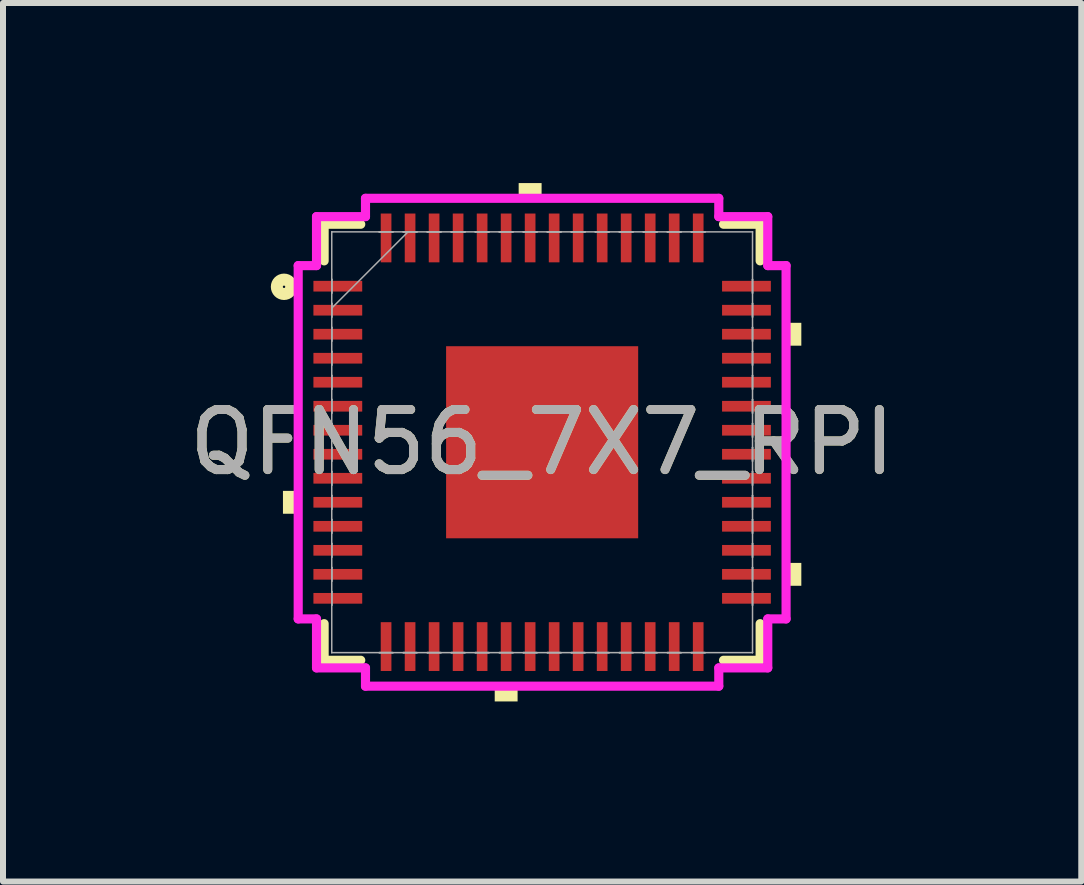
<source format=kicad_pcb>
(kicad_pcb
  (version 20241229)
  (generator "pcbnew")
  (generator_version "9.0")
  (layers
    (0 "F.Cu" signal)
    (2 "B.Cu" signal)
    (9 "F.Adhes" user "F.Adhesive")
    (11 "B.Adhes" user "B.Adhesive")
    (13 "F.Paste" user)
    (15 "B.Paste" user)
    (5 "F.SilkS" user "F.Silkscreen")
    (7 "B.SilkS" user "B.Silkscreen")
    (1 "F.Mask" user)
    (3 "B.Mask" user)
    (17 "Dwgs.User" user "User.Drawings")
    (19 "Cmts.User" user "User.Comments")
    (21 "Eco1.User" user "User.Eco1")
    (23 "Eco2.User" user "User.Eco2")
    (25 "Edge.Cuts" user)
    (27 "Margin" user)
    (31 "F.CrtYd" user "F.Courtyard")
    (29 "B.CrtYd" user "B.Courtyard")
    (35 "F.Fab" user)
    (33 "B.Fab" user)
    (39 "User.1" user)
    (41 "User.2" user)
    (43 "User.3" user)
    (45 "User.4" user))
  (footprint "QFN56_7X7_RPI"
    (layer "F.Cu")
    (at 5.982 4.318)
    (property "Reference" "QFN56_7X7_RPI" (at 0 0 0) (unlocked yes) (layer "F.SilkS") (effects (font (size 1 1) (thickness 0.15))))
    (attr smd)
    (fp_line (start -3.632 -3.632) (end -3.632 -3.022) (stroke (width 0.152) (type solid)) (layer "F.SilkS"))
    (fp_line (start -3.632 3.022) (end -3.632 3.632) (stroke (width 0.152) (type solid)) (layer "F.SilkS"))
    (fp_line (start -3.632 3.632) (end -3.022 3.632) (stroke (width 0.152) (type solid)) (layer "F.SilkS"))
    (fp_line (start -3.022 -3.632) (end -3.632 -3.632) (stroke (width 0.152) (type solid)) (layer "F.SilkS"))
    (fp_line (start 3.022 3.632) (end 3.632 3.632) (stroke (width 0.152) (type solid)) (layer "F.SilkS"))
    (fp_line (start 3.632 -3.632) (end 3.022 -3.632) (stroke (width 0.152) (type solid)) (layer "F.SilkS"))
    (fp_line (start 3.632 -3.022) (end 3.632 -3.632) (stroke (width 0.152) (type solid)) (layer "F.SilkS"))
    (fp_line (start 3.632 3.632) (end 3.632 3.022) (stroke (width 0.152) (type solid)) (layer "F.SilkS"))
    (fp_circle (center -4.3 -2.59) (end -4.18 -2.59) (stroke (width 0.2) (type solid)) (fill no) (layer "F.SilkS"))
    (fp_poly (pts (xy -4.318 0.81) (xy -4.318 1.191) (xy -4.064 1.191) (xy -4.064 0.81)) (stroke (width 0) (type solid)) (fill yes) (layer "F.SilkS"))
    (fp_poly (pts (xy -0.79 4.064) (xy -0.79 4.318) (xy -0.409 4.318) (xy -0.409 4.064)) (stroke (width 0) (type solid)) (fill yes) (layer "F.SilkS"))
    (fp_poly (pts (xy -0.391 -4.064) (xy -0.391 -4.318) (xy -0.009 -4.318) (xy -0.009 -4.064)) (stroke (width 0) (type solid)) (fill yes) (layer "F.SilkS"))
    (fp_poly (pts (xy 4.318 -1.99) (xy 4.318 -1.609) (xy 4.064 -1.609) (xy 4.064 -1.99)) (stroke (width 0) (type solid)) (fill yes) (layer "F.SilkS"))
    (fp_poly (pts (xy 4.318 2.01) (xy 4.318 2.391) (xy 4.064 2.391) (xy 4.064 2.01)) (stroke (width 0) (type solid)) (fill yes) (layer "F.SilkS"))
    (fp_poly (pts (xy -1.5 -1.5) (xy -1.5 -0.1) (xy -0.1 -0.1) (xy -0.1 -1.5)) (stroke (width 0) (type solid)) (fill yes) (layer "F.Paste"))
    (fp_poly (pts (xy -1.5 0.1) (xy -1.5 1.5) (xy -0.1 1.5) (xy -0.1 0.1)) (stroke (width 0) (type solid)) (fill yes) (layer "F.Paste"))
    (fp_poly (pts (xy 0.1 -1.5) (xy 0.1 -0.1) (xy 1.5 -0.1) (xy 1.5 -1.5)) (stroke (width 0) (type solid)) (fill yes) (layer "F.Paste"))
    (fp_poly (pts (xy 0.1 0.1) (xy 0.1 1.5) (xy 1.5 1.5) (xy 1.5 0.1)) (stroke (width 0) (type solid)) (fill yes) (layer "F.Paste"))
    (fp_line (start -4.064 -2.943) (end -3.759 -2.943) (stroke (width 0.152) (type solid)) (layer "F.CrtYd"))
    (fp_line (start -4.064 2.943) (end -4.064 -2.943) (stroke (width 0.152) (type solid)) (layer "F.CrtYd"))
    (fp_line (start -3.759 -3.759) (end -2.943 -3.759) (stroke (width 0.152) (type solid)) (layer "F.CrtYd"))
    (fp_line (start -3.759 -2.943) (end -3.759 -3.759) (stroke (width 0.152) (type solid)) (layer "F.CrtYd"))
    (fp_line (start -3.759 2.943) (end -4.064 2.943) (stroke (width 0.152) (type solid)) (layer "F.CrtYd"))
    (fp_line (start -3.759 3.759) (end -3.759 2.943) (stroke (width 0.152) (type solid)) (layer "F.CrtYd"))
    (fp_line (start -2.943 -4.064) (end 2.943 -4.064) (stroke (width 0.152) (type solid)) (layer "F.CrtYd"))
    (fp_line (start -2.943 -3.759) (end -2.943 -4.064) (stroke (width 0.152) (type solid)) (layer "F.CrtYd"))
    (fp_line (start -2.943 3.759) (end -3.759 3.759) (stroke (width 0.152) (type solid)) (layer "F.CrtYd"))
    (fp_line (start -2.943 4.064) (end -2.943 3.759) (stroke (width 0.152) (type solid)) (layer "F.CrtYd"))
    (fp_line (start 2.943 -4.064) (end 2.943 -3.759) (stroke (width 0.152) (type solid)) (layer "F.CrtYd"))
    (fp_line (start 2.943 -3.759) (end 3.759 -3.759) (stroke (width 0.152) (type solid)) (layer "F.CrtYd"))
    (fp_line (start 2.943 3.759) (end 2.943 4.064) (stroke (width 0.152) (type solid)) (layer "F.CrtYd"))
    (fp_line (start 2.943 4.064) (end -2.943 4.064) (stroke (width 0.152) (type solid)) (layer "F.CrtYd"))
    (fp_line (start 3.759 -3.759) (end 3.759 -2.943) (stroke (width 0.152) (type solid)) (layer "F.CrtYd"))
    (fp_line (start 3.759 -2.943) (end 4.064 -2.943) (stroke (width 0.152) (type solid)) (layer "F.CrtYd"))
    (fp_line (start 3.759 2.943) (end 3.759 3.759) (stroke (width 0.152) (type solid)) (layer "F.CrtYd"))
    (fp_line (start 3.759 3.759) (end 2.943 3.759) (stroke (width 0.152) (type solid)) (layer "F.CrtYd"))
    (fp_line (start 4.064 -2.943) (end 4.064 2.943) (stroke (width 0.152) (type solid)) (layer "F.CrtYd"))
    (fp_line (start 4.064 2.943) (end 3.759 2.943) (stroke (width 0.152) (type solid)) (layer "F.CrtYd"))
    (fp_line (start -3.505 -3.505) (end -3.505 -3.505) (stroke (width 0.025) (type solid)) (layer "F.Fab"))
    (fp_line (start -3.505 -3.505) (end -3.505 3.505) (stroke (width 0.025) (type solid)) (layer "F.Fab"))
    (fp_line (start -3.505 -2.714) (end -3.505 -2.714) (stroke (width 0.025) (type solid)) (layer "F.Fab"))
    (fp_line (start -3.505 -2.714) (end -3.505 -2.486) (stroke (width 0.025) (type solid)) (layer "F.Fab"))
    (fp_line (start -3.505 -2.486) (end -3.505 -2.714) (stroke (width 0.025) (type solid)) (layer "F.Fab"))
    (fp_line (start -3.505 -2.486) (end -3.505 -2.486) (stroke (width 0.025) (type solid)) (layer "F.Fab"))
    (fp_line (start -3.505 -2.314) (end -3.505 -2.314) (stroke (width 0.025) (type solid)) (layer "F.Fab"))
    (fp_line (start -3.505 -2.314) (end -3.505 -2.086) (stroke (width 0.025) (type solid)) (layer "F.Fab"))
    (fp_line (start -3.505 -2.235) (end -2.235 -3.505) (stroke (width 0.025) (type solid)) (layer "F.Fab"))
    (fp_line (start -3.505 -2.086) (end -3.505 -2.314) (stroke (width 0.025) (type solid)) (layer "F.Fab"))
    (fp_line (start -3.505 -2.086) (end -3.505 -2.086) (stroke (width 0.025) (type solid)) (layer "F.Fab"))
    (fp_line (start -3.505 -1.914) (end -3.505 -1.914) (stroke (width 0.025) (type solid)) (layer "F.Fab"))
    (fp_line (start -3.505 -1.914) (end -3.505 -1.686) (stroke (width 0.025) (type solid)) (layer "F.Fab"))
    (fp_line (start -3.505 -1.686) (end -3.505 -1.914) (stroke (width 0.025) (type solid)) (layer "F.Fab"))
    (fp_line (start -3.505 -1.686) (end -3.505 -1.686) (stroke (width 0.025) (type solid)) (layer "F.Fab"))
    (fp_line (start -3.505 -1.514) (end -3.505 -1.514) (stroke (width 0.025) (type solid)) (layer "F.Fab"))
    (fp_line (start -3.505 -1.514) (end -3.505 -1.286) (stroke (width 0.025) (type solid)) (layer "F.Fab"))
    (fp_line (start -3.505 -1.286) (end -3.505 -1.514) (stroke (width 0.025) (type solid)) (layer "F.Fab"))
    (fp_line (start -3.505 -1.286) (end -3.505 -1.286) (stroke (width 0.025) (type solid)) (layer "F.Fab"))
    (fp_line (start -3.505 -1.114) (end -3.505 -1.114) (stroke (width 0.025) (type solid)) (layer "F.Fab"))
    (fp_line (start -3.505 -1.114) (end -3.505 -0.886) (stroke (width 0.025) (type solid)) (layer "F.Fab"))
    (fp_line (start -3.505 -0.886) (end -3.505 -1.114) (stroke (width 0.025) (type solid)) (layer "F.Fab"))
    (fp_line (start -3.505 -0.886) (end -3.505 -0.886) (stroke (width 0.025) (type solid)) (layer "F.Fab"))
    (fp_line (start -3.505 -0.714) (end -3.505 -0.714) (stroke (width 0.025) (type solid)) (layer "F.Fab"))
    (fp_line (start -3.505 -0.714) (end -3.505 -0.486) (stroke (width 0.025) (type solid)) (layer "F.Fab"))
    (fp_line (start -3.505 -0.486) (end -3.505 -0.714) (stroke (width 0.025) (type solid)) (layer "F.Fab"))
    (fp_line (start -3.505 -0.486) (end -3.505 -0.486) (stroke (width 0.025) (type solid)) (layer "F.Fab"))
    (fp_line (start -3.505 -0.314) (end -3.505 -0.314) (stroke (width 0.025) (type solid)) (layer "F.Fab"))
    (fp_line (start -3.505 -0.314) (end -3.505 -0.086) (stroke (width 0.025) (type solid)) (layer "F.Fab"))
    (fp_line (start -3.505 -0.086) (end -3.505 -0.314) (stroke (width 0.025) (type solid)) (layer "F.Fab"))
    (fp_line (start -3.505 -0.086) (end -3.505 -0.086) (stroke (width 0.025) (type solid)) (layer "F.Fab"))
    (fp_line (start -3.505 0.086) (end -3.505 0.086) (stroke (width 0.025) (type solid)) (layer "F.Fab"))
    (fp_line (start -3.505 0.086) (end -3.505 0.314) (stroke (width 0.025) (type solid)) (layer "F.Fab"))
    (fp_line (start -3.505 0.314) (end -3.505 0.086) (stroke (width 0.025) (type solid)) (layer "F.Fab"))
    (fp_line (start -3.505 0.314) (end -3.505 0.314) (stroke (width 0.025) (type solid)) (layer "F.Fab"))
    (fp_line (start -3.505 0.486) (end -3.505 0.486) (stroke (width 0.025) (type solid)) (layer "F.Fab"))
    (fp_line (start -3.505 0.486) (end -3.505 0.714) (stroke (width 0.025) (type solid)) (layer "F.Fab"))
    (fp_line (start -3.505 0.714) (end -3.505 0.486) (stroke (width 0.025) (type solid)) (layer "F.Fab"))
    (fp_line (start -3.505 0.714) (end -3.505 0.714) (stroke (width 0.025) (type solid)) (layer "F.Fab"))
    (fp_line (start -3.505 0.886) (end -3.505 0.886) (stroke (width 0.025) (type solid)) (layer "F.Fab"))
    (fp_line (start -3.505 0.886) (end -3.505 1.114) (stroke (width 0.025) (type solid)) (layer "F.Fab"))
    (fp_line (start -3.505 1.114) (end -3.505 0.886) (stroke (width 0.025) (type solid)) (layer "F.Fab"))
    (fp_line (start -3.505 1.114) (end -3.505 1.114) (stroke (width 0.025) (type solid)) (layer "F.Fab"))
    (fp_line (start -3.505 1.286) (end -3.505 1.286) (stroke (width 0.025) (type solid)) (layer "F.Fab"))
    (fp_line (start -3.505 1.286) (end -3.505 1.514) (stroke (width 0.025) (type solid)) (layer "F.Fab"))
    (fp_line (start -3.505 1.514) (end -3.505 1.286) (stroke (width 0.025) (type solid)) (layer "F.Fab"))
    (fp_line (start -3.505 1.514) (end -3.505 1.514) (stroke (width 0.025) (type solid)) (layer "F.Fab"))
    (fp_line (start -3.505 1.686) (end -3.505 1.686) (stroke (width 0.025) (type solid)) (layer "F.Fab"))
    (fp_line (start -3.505 1.686) (end -3.505 1.914) (stroke (width 0.025) (type solid)) (layer "F.Fab"))
    (fp_line (start -3.505 1.914) (end -3.505 1.686) (stroke (width 0.025) (type solid)) (layer "F.Fab"))
    (fp_line (start -3.505 1.914) (end -3.505 1.914) (stroke (width 0.025) (type solid)) (layer "F.Fab"))
    (fp_line (start -3.505 2.086) (end -3.505 2.086) (stroke (width 0.025) (type solid)) (layer "F.Fab"))
    (fp_line (start -3.505 2.086) (end -3.505 2.314) (stroke (width 0.025) (type solid)) (layer "F.Fab"))
    (fp_line (start -3.505 2.314) (end -3.505 2.086) (stroke (width 0.025) (type solid)) (layer "F.Fab"))
    (fp_line (start -3.505 2.314) (end -3.505 2.314) (stroke (width 0.025) (type solid)) (layer "F.Fab"))
    (fp_line (start -3.505 2.486) (end -3.505 2.486) (stroke (width 0.025) (type solid)) (layer "F.Fab"))
    (fp_line (start -3.505 2.486) (end -3.505 2.714) (stroke (width 0.025) (type solid)) (layer "F.Fab"))
    (fp_line (start -3.505 2.714) (end -3.505 2.486) (stroke (width 0.025) (type solid)) (layer "F.Fab"))
    (fp_line (start -3.505 2.714) (end -3.505 2.714) (stroke (width 0.025) (type solid)) (layer "F.Fab"))
    (fp_line (start -3.505 3.505) (end -3.505 3.505) (stroke (width 0.025) (type solid)) (layer "F.Fab"))
    (fp_line (start -3.505 3.505) (end 3.505 3.505) (stroke (width 0.025) (type solid)) (layer "F.Fab"))
    (fp_line (start -2.714 -3.505) (end -2.714 -3.505) (stroke (width 0.025) (type solid)) (layer "F.Fab"))
    (fp_line (start -2.714 -3.505) (end -2.486 -3.505) (stroke (width 0.025) (type solid)) (layer "F.Fab"))
    (fp_line (start -2.714 3.505) (end -2.714 3.505) (stroke (width 0.025) (type solid)) (layer "F.Fab"))
    (fp_line (start -2.714 3.505) (end -2.486 3.505) (stroke (width 0.025) (type solid)) (layer "F.Fab"))
    (fp_line (start -2.486 -3.505) (end -2.714 -3.505) (stroke (width 0.025) (type solid)) (layer "F.Fab"))
    (fp_line (start -2.486 -3.505) (end -2.486 -3.505) (stroke (width 0.025) (type solid)) (layer "F.Fab"))
    (fp_line (start -2.486 3.505) (end -2.714 3.505) (stroke (width 0.025) (type solid)) (layer "F.Fab"))
    (fp_line (start -2.486 3.505) (end -2.486 3.505) (stroke (width 0.025) (type solid)) (layer "F.Fab"))
    (fp_line (start -2.314 -3.505) (end -2.314 -3.505) (stroke (width 0.025) (type solid)) (layer "F.Fab"))
    (fp_line (start -2.314 -3.505) (end -2.086 -3.505) (stroke (width 0.025) (type solid)) (layer "F.Fab"))
    (fp_line (start -2.314 3.505) (end -2.314 3.505) (stroke (width 0.025) (type solid)) (layer "F.Fab"))
    (fp_line (start -2.314 3.505) (end -2.086 3.505) (stroke (width 0.025) (type solid)) (layer "F.Fab"))
    (fp_line (start -2.086 -3.505) (end -2.314 -3.505) (stroke (width 0.025) (type solid)) (layer "F.Fab"))
    (fp_line (start -2.086 -3.505) (end -2.086 -3.505) (stroke (width 0.025) (type solid)) (layer "F.Fab"))
    (fp_line (start -2.086 3.505) (end -2.314 3.505) (stroke (width 0.025) (type solid)) (layer "F.Fab"))
    (fp_line (start -2.086 3.505) (end -2.086 3.505) (stroke (width 0.025) (type solid)) (layer "F.Fab"))
    (fp_line (start -1.914 -3.505) (end -1.914 -3.505) (stroke (width 0.025) (type solid)) (layer "F.Fab"))
    (fp_line (start -1.914 -3.505) (end -1.686 -3.505) (stroke (width 0.025) (type solid)) (layer "F.Fab"))
    (fp_line (start -1.914 3.505) (end -1.914 3.505) (stroke (width 0.025) (type solid)) (layer "F.Fab"))
    (fp_line (start -1.914 3.505) (end -1.686 3.505) (stroke (width 0.025) (type solid)) (layer "F.Fab"))
    (fp_line (start -1.686 -3.505) (end -1.914 -3.505) (stroke (width 0.025) (type solid)) (layer "F.Fab"))
    (fp_line (start -1.686 -3.505) (end -1.686 -3.505) (stroke (width 0.025) (type solid)) (layer "F.Fab"))
    (fp_line (start -1.686 3.505) (end -1.914 3.505) (stroke (width 0.025) (type solid)) (layer "F.Fab"))
    (fp_line (start -1.686 3.505) (end -1.686 3.505) (stroke (width 0.025) (type solid)) (layer "F.Fab"))
    (fp_line (start -1.514 -3.505) (end -1.514 -3.505) (stroke (width 0.025) (type solid)) (layer "F.Fab"))
    (fp_line (start -1.514 -3.505) (end -1.286 -3.505) (stroke (width 0.025) (type solid)) (layer "F.Fab"))
    (fp_line (start -1.514 3.505) (end -1.514 3.505) (stroke (width 0.025) (type solid)) (layer "F.Fab"))
    (fp_line (start -1.514 3.505) (end -1.286 3.505) (stroke (width 0.025) (type solid)) (layer "F.Fab"))
    (fp_line (start -1.286 -3.505) (end -1.514 -3.505) (stroke (width 0.025) (type solid)) (layer "F.Fab"))
    (fp_line (start -1.286 -3.505) (end -1.286 -3.505) (stroke (width 0.025) (type solid)) (layer "F.Fab"))
    (fp_line (start -1.286 3.505) (end -1.514 3.505) (stroke (width 0.025) (type solid)) (layer "F.Fab"))
    (fp_line (start -1.286 3.505) (end -1.286 3.505) (stroke (width 0.025) (type solid)) (layer "F.Fab"))
    (fp_line (start -1.114 -3.505) (end -1.114 -3.505) (stroke (width 0.025) (type solid)) (layer "F.Fab"))
    (fp_line (start -1.114 -3.505) (end -0.886 -3.505) (stroke (width 0.025) (type solid)) (layer "F.Fab"))
    (fp_line (start -1.114 3.505) (end -1.114 3.505) (stroke (width 0.025) (type solid)) (layer "F.Fab"))
    (fp_line (start -1.114 3.505) (end -0.886 3.505) (stroke (width 0.025) (type solid)) (layer "F.Fab"))
    (fp_line (start -0.886 -3.505) (end -1.114 -3.505) (stroke (width 0.025) (type solid)) (layer "F.Fab"))
    (fp_line (start -0.886 -3.505) (end -0.886 -3.505) (stroke (width 0.025) (type solid)) (layer "F.Fab"))
    (fp_line (start -0.886 3.505) (end -1.114 3.505) (stroke (width 0.025) (type solid)) (layer "F.Fab"))
    (fp_line (start -0.886 3.505) (end -0.886 3.505) (stroke (width 0.025) (type solid)) (layer "F.Fab"))
    (fp_line (start -0.714 -3.505) (end -0.714 -3.505) (stroke (width 0.025) (type solid)) (layer "F.Fab"))
    (fp_line (start -0.714 -3.505) (end -0.486 -3.505) (stroke (width 0.025) (type solid)) (layer "F.Fab"))
    (fp_line (start -0.714 3.505) (end -0.714 3.505) (stroke (width 0.025) (type solid)) (layer "F.Fab"))
    (fp_line (start -0.714 3.505) (end -0.486 3.505) (stroke (width 0.025) (type solid)) (layer "F.Fab"))
    (fp_line (start -0.486 -3.505) (end -0.714 -3.505) (stroke (width 0.025) (type solid)) (layer "F.Fab"))
    (fp_line (start -0.486 -3.505) (end -0.486 -3.505) (stroke (width 0.025) (type solid)) (layer "F.Fab"))
    (fp_line (start -0.486 3.505) (end -0.714 3.505) (stroke (width 0.025) (type solid)) (layer "F.Fab"))
    (fp_line (start -0.486 3.505) (end -0.486 3.505) (stroke (width 0.025) (type solid)) (layer "F.Fab"))
    (fp_line (start -0.314 -3.505) (end -0.314 -3.505) (stroke (width 0.025) (type solid)) (layer "F.Fab"))
    (fp_line (start -0.314 -3.505) (end -0.086 -3.505) (stroke (width 0.025) (type solid)) (layer "F.Fab"))
    (fp_line (start -0.314 3.505) (end -0.314 3.505) (stroke (width 0.025) (type solid)) (layer "F.Fab"))
    (fp_line (start -0.314 3.505) (end -0.086 3.505) (stroke (width 0.025) (type solid)) (layer "F.Fab"))
    (fp_line (start -0.086 -3.505) (end -0.314 -3.505) (stroke (width 0.025) (type solid)) (layer "F.Fab"))
    (fp_line (start -0.086 -3.505) (end -0.086 -3.505) (stroke (width 0.025) (type solid)) (layer "F.Fab"))
    (fp_line (start -0.086 3.505) (end -0.314 3.505) (stroke (width 0.025) (type solid)) (layer "F.Fab"))
    (fp_line (start -0.086 3.505) (end -0.086 3.505) (stroke (width 0.025) (type solid)) (layer "F.Fab"))
    (fp_line (start 0.086 -3.505) (end 0.086 -3.505) (stroke (width 0.025) (type solid)) (layer "F.Fab"))
    (fp_line (start 0.086 -3.505) (end 0.314 -3.505) (stroke (width 0.025) (type solid)) (layer "F.Fab"))
    (fp_line (start 0.086 3.505) (end 0.086 3.505) (stroke (width 0.025) (type solid)) (layer "F.Fab"))
    (fp_line (start 0.086 3.505) (end 0.314 3.505) (stroke (width 0.025) (type solid)) (layer "F.Fab"))
    (fp_line (start 0.314 -3.505) (end 0.086 -3.505) (stroke (width 0.025) (type solid)) (layer "F.Fab"))
    (fp_line (start 0.314 -3.505) (end 0.314 -3.505) (stroke (width 0.025) (type solid)) (layer "F.Fab"))
    (fp_line (start 0.314 3.505) (end 0.086 3.505) (stroke (width 0.025) (type solid)) (layer "F.Fab"))
    (fp_line (start 0.314 3.505) (end 0.314 3.505) (stroke (width 0.025) (type solid)) (layer "F.Fab"))
    (fp_line (start 0.486 -3.505) (end 0.486 -3.505) (stroke (width 0.025) (type solid)) (layer "F.Fab"))
    (fp_line (start 0.486 -3.505) (end 0.714 -3.505) (stroke (width 0.025) (type solid)) (layer "F.Fab"))
    (fp_line (start 0.486 3.505) (end 0.486 3.505) (stroke (width 0.025) (type solid)) (layer "F.Fab"))
    (fp_line (start 0.486 3.505) (end 0.714 3.505) (stroke (width 0.025) (type solid)) (layer "F.Fab"))
    (fp_line (start 0.714 -3.505) (end 0.486 -3.505) (stroke (width 0.025) (type solid)) (layer "F.Fab"))
    (fp_line (start 0.714 -3.505) (end 0.714 -3.505) (stroke (width 0.025) (type solid)) (layer "F.Fab"))
    (fp_line (start 0.714 3.505) (end 0.486 3.505) (stroke (width 0.025) (type solid)) (layer "F.Fab"))
    (fp_line (start 0.714 3.505) (end 0.714 3.505) (stroke (width 0.025) (type solid)) (layer "F.Fab"))
    (fp_line (start 0.886 -3.505) (end 0.886 -3.505) (stroke (width 0.025) (type solid)) (layer "F.Fab"))
    (fp_line (start 0.886 -3.505) (end 1.114 -3.505) (stroke (width 0.025) (type solid)) (layer "F.Fab"))
    (fp_line (start 0.886 3.505) (end 0.886 3.505) (stroke (width 0.025) (type solid)) (layer "F.Fab"))
    (fp_line (start 0.886 3.505) (end 1.114 3.505) (stroke (width 0.025) (type solid)) (layer "F.Fab"))
    (fp_line (start 1.114 -3.505) (end 0.886 -3.505) (stroke (width 0.025) (type solid)) (layer "F.Fab"))
    (fp_line (start 1.114 -3.505) (end 1.114 -3.505) (stroke (width 0.025) (type solid)) (layer "F.Fab"))
    (fp_line (start 1.114 3.505) (end 0.886 3.505) (stroke (width 0.025) (type solid)) (layer "F.Fab"))
    (fp_line (start 1.114 3.505) (end 1.114 3.505) (stroke (width 0.025) (type solid)) (layer "F.Fab"))
    (fp_line (start 1.286 -3.505) (end 1.286 -3.505) (stroke (width 0.025) (type solid)) (layer "F.Fab"))
    (fp_line (start 1.286 -3.505) (end 1.514 -3.505) (stroke (width 0.025) (type solid)) (layer "F.Fab"))
    (fp_line (start 1.286 3.505) (end 1.286 3.505) (stroke (width 0.025) (type solid)) (layer "F.Fab"))
    (fp_line (start 1.286 3.505) (end 1.514 3.505) (stroke (width 0.025) (type solid)) (layer "F.Fab"))
    (fp_line (start 1.514 -3.505) (end 1.286 -3.505) (stroke (width 0.025) (type solid)) (layer "F.Fab"))
    (fp_line (start 1.514 -3.505) (end 1.514 -3.505) (stroke (width 0.025) (type solid)) (layer "F.Fab"))
    (fp_line (start 1.514 3.505) (end 1.286 3.505) (stroke (width 0.025) (type solid)) (layer "F.Fab"))
    (fp_line (start 1.514 3.505) (end 1.514 3.505) (stroke (width 0.025) (type solid)) (layer "F.Fab"))
    (fp_line (start 1.686 -3.505) (end 1.686 -3.505) (stroke (width 0.025) (type solid)) (layer "F.Fab"))
    (fp_line (start 1.686 -3.505) (end 1.914 -3.505) (stroke (width 0.025) (type solid)) (layer "F.Fab"))
    (fp_line (start 1.686 3.505) (end 1.686 3.505) (stroke (width 0.025) (type solid)) (layer "F.Fab"))
    (fp_line (start 1.686 3.505) (end 1.914 3.505) (stroke (width 0.025) (type solid)) (layer "F.Fab"))
    (fp_line (start 1.914 -3.505) (end 1.686 -3.505) (stroke (width 0.025) (type solid)) (layer "F.Fab"))
    (fp_line (start 1.914 -3.505) (end 1.914 -3.505) (stroke (width 0.025) (type solid)) (layer "F.Fab"))
    (fp_line (start 1.914 3.505) (end 1.686 3.505) (stroke (width 0.025) (type solid)) (layer "F.Fab"))
    (fp_line (start 1.914 3.505) (end 1.914 3.505) (stroke (width 0.025) (type solid)) (layer "F.Fab"))
    (fp_line (start 2.086 -3.505) (end 2.086 -3.505) (stroke (width 0.025) (type solid)) (layer "F.Fab"))
    (fp_line (start 2.086 -3.505) (end 2.314 -3.505) (stroke (width 0.025) (type solid)) (layer "F.Fab"))
    (fp_line (start 2.086 3.505) (end 2.086 3.505) (stroke (width 0.025) (type solid)) (layer "F.Fab"))
    (fp_line (start 2.086 3.505) (end 2.314 3.505) (stroke (width 0.025) (type solid)) (layer "F.Fab"))
    (fp_line (start 2.314 -3.505) (end 2.086 -3.505) (stroke (width 0.025) (type solid)) (layer "F.Fab"))
    (fp_line (start 2.314 -3.505) (end 2.314 -3.505) (stroke (width 0.025) (type solid)) (layer "F.Fab"))
    (fp_line (start 2.314 3.505) (end 2.086 3.505) (stroke (width 0.025) (type solid)) (layer "F.Fab"))
    (fp_line (start 2.314 3.505) (end 2.314 3.505) (stroke (width 0.025) (type solid)) (layer "F.Fab"))
    (fp_line (start 2.486 -3.505) (end 2.486 -3.505) (stroke (width 0.025) (type solid)) (layer "F.Fab"))
    (fp_line (start 2.486 -3.505) (end 2.714 -3.505) (stroke (width 0.025) (type solid)) (layer "F.Fab"))
    (fp_line (start 2.486 3.505) (end 2.486 3.505) (stroke (width 0.025) (type solid)) (layer "F.Fab"))
    (fp_line (start 2.486 3.505) (end 2.714 3.505) (stroke (width 0.025) (type solid)) (layer "F.Fab"))
    (fp_line (start 2.714 -3.505) (end 2.486 -3.505) (stroke (width 0.025) (type solid)) (layer "F.Fab"))
    (fp_line (start 2.714 -3.505) (end 2.714 -3.505) (stroke (width 0.025) (type solid)) (layer "F.Fab"))
    (fp_line (start 2.714 3.505) (end 2.486 3.505) (stroke (width 0.025) (type solid)) (layer "F.Fab"))
    (fp_line (start 2.714 3.505) (end 2.714 3.505) (stroke (width 0.025) (type solid)) (layer "F.Fab"))
    (fp_line (start 3.505 -3.505) (end -3.505 -3.505) (stroke (width 0.025) (type solid)) (layer "F.Fab"))
    (fp_line (start 3.505 -3.505) (end 3.505 -3.505) (stroke (width 0.025) (type solid)) (layer "F.Fab"))
    (fp_line (start 3.505 -2.714) (end 3.505 -2.714) (stroke (width 0.025) (type solid)) (layer "F.Fab"))
    (fp_line (start 3.505 -2.714) (end 3.505 -2.486) (stroke (width 0.025) (type solid)) (layer "F.Fab"))
    (fp_line (start 3.505 -2.486) (end 3.505 -2.714) (stroke (width 0.025) (type solid)) (layer "F.Fab"))
    (fp_line (start 3.505 -2.486) (end 3.505 -2.486) (stroke (width 0.025) (type solid)) (layer "F.Fab"))
    (fp_line (start 3.505 -2.314) (end 3.505 -2.314) (stroke (width 0.025) (type solid)) (layer "F.Fab"))
    (fp_line (start 3.505 -2.314) (end 3.505 -2.086) (stroke (width 0.025) (type solid)) (layer "F.Fab"))
    (fp_line (start 3.505 -2.086) (end 3.505 -2.314) (stroke (width 0.025) (type solid)) (layer "F.Fab"))
    (fp_line (start 3.505 -2.086) (end 3.505 -2.086) (stroke (width 0.025) (type solid)) (layer "F.Fab"))
    (fp_line (start 3.505 -1.914) (end 3.505 -1.914) (stroke (width 0.025) (type solid)) (layer "F.Fab"))
    (fp_line (start 3.505 -1.914) (end 3.505 -1.686) (stroke (width 0.025) (type solid)) (layer "F.Fab"))
    (fp_line (start 3.505 -1.686) (end 3.505 -1.914) (stroke (width 0.025) (type solid)) (layer "F.Fab"))
    (fp_line (start 3.505 -1.686) (end 3.505 -1.686) (stroke (width 0.025) (type solid)) (layer "F.Fab"))
    (fp_line (start 3.505 -1.514) (end 3.505 -1.514) (stroke (width 0.025) (type solid)) (layer "F.Fab"))
    (fp_line (start 3.505 -1.514) (end 3.505 -1.286) (stroke (width 0.025) (type solid)) (layer "F.Fab"))
    (fp_line (start 3.505 -1.286) (end 3.505 -1.514) (stroke (width 0.025) (type solid)) (layer "F.Fab"))
    (fp_line (start 3.505 -1.286) (end 3.505 -1.286) (stroke (width 0.025) (type solid)) (layer "F.Fab"))
    (fp_line (start 3.505 -1.114) (end 3.505 -1.114) (stroke (width 0.025) (type solid)) (layer "F.Fab"))
    (fp_line (start 3.505 -1.114) (end 3.505 -0.886) (stroke (width 0.025) (type solid)) (layer "F.Fab"))
    (fp_line (start 3.505 -0.886) (end 3.505 -1.114) (stroke (width 0.025) (type solid)) (layer "F.Fab"))
    (fp_line (start 3.505 -0.886) (end 3.505 -0.886) (stroke (width 0.025) (type solid)) (layer "F.Fab"))
    (fp_line (start 3.505 -0.714) (end 3.505 -0.714) (stroke (width 0.025) (type solid)) (layer "F.Fab"))
    (fp_line (start 3.505 -0.714) (end 3.505 -0.486) (stroke (width 0.025) (type solid)) (layer "F.Fab"))
    (fp_line (start 3.505 -0.486) (end 3.505 -0.714) (stroke (width 0.025) (type solid)) (layer "F.Fab"))
    (fp_line (start 3.505 -0.486) (end 3.505 -0.486) (stroke (width 0.025) (type solid)) (layer "F.Fab"))
    (fp_line (start 3.505 -0.314) (end 3.505 -0.314) (stroke (width 0.025) (type solid)) (layer "F.Fab"))
    (fp_line (start 3.505 -0.314) (end 3.505 -0.086) (stroke (width 0.025) (type solid)) (layer "F.Fab"))
    (fp_line (start 3.505 -0.086) (end 3.505 -0.314) (stroke (width 0.025) (type solid)) (layer "F.Fab"))
    (fp_line (start 3.505 -0.086) (end 3.505 -0.086) (stroke (width 0.025) (type solid)) (layer "F.Fab"))
    (fp_line (start 3.505 0.086) (end 3.505 0.086) (stroke (width 0.025) (type solid)) (layer "F.Fab"))
    (fp_line (start 3.505 0.086) (end 3.505 0.314) (stroke (width 0.025) (type solid)) (layer "F.Fab"))
    (fp_line (start 3.505 0.314) (end 3.505 0.086) (stroke (width 0.025) (type solid)) (layer "F.Fab"))
    (fp_line (start 3.505 0.314) (end 3.505 0.314) (stroke (width 0.025) (type solid)) (layer "F.Fab"))
    (fp_line (start 3.505 0.486) (end 3.505 0.486) (stroke (width 0.025) (type solid)) (layer "F.Fab"))
    (fp_line (start 3.505 0.486) (end 3.505 0.714) (stroke (width 0.025) (type solid)) (layer "F.Fab"))
    (fp_line (start 3.505 0.714) (end 3.505 0.486) (stroke (width 0.025) (type solid)) (layer "F.Fab"))
    (fp_line (start 3.505 0.714) (end 3.505 0.714) (stroke (width 0.025) (type solid)) (layer "F.Fab"))
    (fp_line (start 3.505 0.886) (end 3.505 0.886) (stroke (width 0.025) (type solid)) (layer "F.Fab"))
    (fp_line (start 3.505 0.886) (end 3.505 1.114) (stroke (width 0.025) (type solid)) (layer "F.Fab"))
    (fp_line (start 3.505 1.114) (end 3.505 0.886) (stroke (width 0.025) (type solid)) (layer "F.Fab"))
    (fp_line (start 3.505 1.114) (end 3.505 1.114) (stroke (width 0.025) (type solid)) (layer "F.Fab"))
    (fp_line (start 3.505 1.286) (end 3.505 1.286) (stroke (width 0.025) (type solid)) (layer "F.Fab"))
    (fp_line (start 3.505 1.286) (end 3.505 1.514) (stroke (width 0.025) (type solid)) (layer "F.Fab"))
    (fp_line (start 3.505 1.514) (end 3.505 1.286) (stroke (width 0.025) (type solid)) (layer "F.Fab"))
    (fp_line (start 3.505 1.514) (end 3.505 1.514) (stroke (width 0.025) (type solid)) (layer "F.Fab"))
    (fp_line (start 3.505 1.686) (end 3.505 1.686) (stroke (width 0.025) (type solid)) (layer "F.Fab"))
    (fp_line (start 3.505 1.686) (end 3.505 1.914) (stroke (width 0.025) (type solid)) (layer "F.Fab"))
    (fp_line (start 3.505 1.914) (end 3.505 1.686) (stroke (width 0.025) (type solid)) (layer "F.Fab"))
    (fp_line (start 3.505 1.914) (end 3.505 1.914) (stroke (width 0.025) (type solid)) (layer "F.Fab"))
    (fp_line (start 3.505 2.086) (end 3.505 2.086) (stroke (width 0.025) (type solid)) (layer "F.Fab"))
    (fp_line (start 3.505 2.086) (end 3.505 2.314) (stroke (width 0.025) (type solid)) (layer "F.Fab"))
    (fp_line (start 3.505 2.314) (end 3.505 2.086) (stroke (width 0.025) (type solid)) (layer "F.Fab"))
    (fp_line (start 3.505 2.314) (end 3.505 2.314) (stroke (width 0.025) (type solid)) (layer "F.Fab"))
    (fp_line (start 3.505 2.486) (end 3.505 2.486) (stroke (width 0.025) (type solid)) (layer "F.Fab"))
    (fp_line (start 3.505 2.486) (end 3.505 2.714) (stroke (width 0.025) (type solid)) (layer "F.Fab"))
    (fp_line (start 3.505 2.714) (end 3.505 2.486) (stroke (width 0.025) (type solid)) (layer "F.Fab"))
    (fp_line (start 3.505 2.714) (end 3.505 2.714) (stroke (width 0.025) (type solid)) (layer "F.Fab"))
    (fp_line (start 3.505 3.505) (end 3.505 -3.505) (stroke (width 0.025) (type solid)) (layer "F.Fab"))
    (fp_line (start 3.505 3.505) (end 3.505 3.505) (stroke (width 0.025) (type solid)) (layer "F.Fab"))
    (fp_text user "${REFERENCE}" (at 0 0 0) (unlocked yes) (layer "F.Fab") (effects (font (size 1 1) (thickness 0.15))))
    (pad "1" smd rect (at -3.404 -2.6 90) (size 0.178 0.813) (layers "F.Cu" "F.Mask" "F.Paste"))
    (pad "2" smd rect (at -3.404 -2.2 90) (size 0.178 0.813) (layers "F.Cu" "F.Mask" "F.Paste"))
    (pad "3" smd rect (at -3.404 -1.8 90) (size 0.178 0.813) (layers "F.Cu" "F.Mask" "F.Paste"))
    (pad "4" smd rect (at -3.404 -1.4 90) (size 0.178 0.813) (layers "F.Cu" "F.Mask" "F.Paste"))
    (pad "5" smd rect (at -3.404 -1 90) (size 0.178 0.813) (layers "F.Cu" "F.Mask" "F.Paste"))
    (pad "6" smd rect (at -3.404 -0.6 90) (size 0.178 0.813) (layers "F.Cu" "F.Mask" "F.Paste"))
    (pad "7" smd rect (at -3.404 -0.2 90) (size 0.178 0.813) (layers "F.Cu" "F.Mask" "F.Paste"))
    (pad "8" smd rect (at -3.404 0.2 90) (size 0.178 0.813) (layers "F.Cu" "F.Mask" "F.Paste"))
    (pad "9" smd rect (at -3.404 0.6 90) (size 0.178 0.813) (layers "F.Cu" "F.Mask" "F.Paste"))
    (pad "10" smd rect (at -3.404 1 90) (size 0.178 0.813) (layers "F.Cu" "F.Mask" "F.Paste"))
    (pad "11" smd rect (at -3.404 1.4 90) (size 0.178 0.813) (layers "F.Cu" "F.Mask" "F.Paste"))
    (pad "12" smd rect (at -3.404 1.8 90) (size 0.178 0.813) (layers "F.Cu" "F.Mask" "F.Paste"))
    (pad "13" smd rect (at -3.404 2.2 90) (size 0.178 0.813) (layers "F.Cu" "F.Mask" "F.Paste"))
    (pad "14" smd rect (at -3.404 2.6 90) (size 0.178 0.813) (layers "F.Cu" "F.Mask" "F.Paste"))
    (pad "15" smd rect (at -2.6 3.404) (size 0.178 0.813) (layers "F.Cu" "F.Mask" "F.Paste"))
    (pad "16" smd rect (at -2.2 3.404) (size 0.178 0.813) (layers "F.Cu" "F.Mask" "F.Paste"))
    (pad "17" smd rect (at -1.8 3.404) (size 0.178 0.813) (layers "F.Cu" "F.Mask" "F.Paste"))
    (pad "18" smd rect (at -1.4 3.404) (size 0.178 0.813) (layers "F.Cu" "F.Mask" "F.Paste"))
    (pad "19" smd rect (at -1 3.404) (size 0.178 0.813) (layers "F.Cu" "F.Mask" "F.Paste"))
    (pad "20" smd rect (at -0.6 3.404) (size 0.178 0.813) (layers "F.Cu" "F.Mask" "F.Paste"))
    (pad "21" smd rect (at -0.2 3.404) (size 0.178 0.813) (layers "F.Cu" "F.Mask" "F.Paste"))
    (pad "22" smd rect (at 0.2 3.404) (size 0.178 0.813) (layers "F.Cu" "F.Mask" "F.Paste"))
    (pad "23" smd rect (at 0.6 3.404) (size 0.178 0.813) (layers "F.Cu" "F.Mask" "F.Paste"))
    (pad "24" smd rect (at 1 3.404) (size 0.178 0.813) (layers "F.Cu" "F.Mask" "F.Paste"))
    (pad "25" smd rect (at 1.4 3.404) (size 0.178 0.813) (layers "F.Cu" "F.Mask" "F.Paste"))
    (pad "26" smd rect (at 1.8 3.404) (size 0.178 0.813) (layers "F.Cu" "F.Mask" "F.Paste"))
    (pad "27" smd rect (at 2.2 3.404) (size 0.178 0.813) (layers "F.Cu" "F.Mask" "F.Paste"))
    (pad "28" smd rect (at 2.6 3.404) (size 0.178 0.813) (layers "F.Cu" "F.Mask" "F.Paste"))
    (pad "29" smd rect (at 3.404 2.6 90) (size 0.178 0.813) (layers "F.Cu" "F.Mask" "F.Paste"))
    (pad "30" smd rect (at 3.404 2.2 90) (size 0.178 0.813) (layers "F.Cu" "F.Mask" "F.Paste"))
    (pad "31" smd rect (at 3.404 1.8 90) (size 0.178 0.813) (layers "F.Cu" "F.Mask" "F.Paste"))
    (pad "32" smd rect (at 3.404 1.4 90) (size 0.178 0.813) (layers "F.Cu" "F.Mask" "F.Paste"))
    (pad "33" smd rect (at 3.404 1 90) (size 0.178 0.813) (layers "F.Cu" "F.Mask" "F.Paste"))
    (pad "34" smd rect (at 3.404 0.6 90) (size 0.178 0.813) (layers "F.Cu" "F.Mask" "F.Paste"))
    (pad "35" smd rect (at 3.404 0.2 90) (size 0.178 0.813) (layers "F.Cu" "F.Mask" "F.Paste"))
    (pad "36" smd rect (at 3.404 -0.2 90) (size 0.178 0.813) (layers "F.Cu" "F.Mask" "F.Paste"))
    (pad "37" smd rect (at 3.404 -0.6 90) (size 0.178 0.813) (layers "F.Cu" "F.Mask" "F.Paste"))
    (pad "38" smd rect (at 3.404 -1 90) (size 0.178 0.813) (layers "F.Cu" "F.Mask" "F.Paste"))
    (pad "39" smd rect (at 3.404 -1.4 90) (size 0.178 0.813) (layers "F.Cu" "F.Mask" "F.Paste"))
    (pad "40" smd rect (at 3.404 -1.8 90) (size 0.178 0.813) (layers "F.Cu" "F.Mask" "F.Paste"))
    (pad "41" smd rect (at 3.404 -2.2 90) (size 0.178 0.813) (layers "F.Cu" "F.Mask" "F.Paste"))
    (pad "42" smd rect (at 3.404 -2.6 90) (size 0.178 0.813) (layers "F.Cu" "F.Mask" "F.Paste"))
    (pad "43" smd rect (at 2.6 -3.404) (size 0.178 0.813) (layers "F.Cu" "F.Mask" "F.Paste"))
    (pad "44" smd rect (at 2.2 -3.404) (size 0.178 0.813) (layers "F.Cu" "F.Mask" "F.Paste"))
    (pad "45" smd rect (at 1.8 -3.404) (size 0.178 0.813) (layers "F.Cu" "F.Mask" "F.Paste"))
    (pad "46" smd rect (at 1.4 -3.404) (size 0.178 0.813) (layers "F.Cu" "F.Mask" "F.Paste"))
    (pad "47" smd rect (at 1 -3.404) (size 0.178 0.813) (layers "F.Cu" "F.Mask" "F.Paste"))
    (pad "48" smd rect (at 0.6 -3.404) (size 0.178 0.813) (layers "F.Cu" "F.Mask" "F.Paste"))
    (pad "49" smd rect (at 0.2 -3.404) (size 0.178 0.813) (layers "F.Cu" "F.Mask" "F.Paste"))
    (pad "50" smd rect (at -0.2 -3.404) (size 0.178 0.813) (layers "F.Cu" "F.Mask" "F.Paste"))
    (pad "51" smd rect (at -0.6 -3.404) (size 0.178 0.813) (layers "F.Cu" "F.Mask" "F.Paste"))
    (pad "52" smd rect (at -1 -3.404) (size 0.178 0.813) (layers "F.Cu" "F.Mask" "F.Paste"))
    (pad "53" smd rect (at -1.4 -3.404) (size 0.178 0.813) (layers "F.Cu" "F.Mask" "F.Paste"))
    (pad "54" smd rect (at -1.8 -3.404) (size 0.178 0.813) (layers "F.Cu" "F.Mask" "F.Paste"))
    (pad "55" smd rect (at -2.2 -3.404) (size 0.178 0.813) (layers "F.Cu" "F.Mask" "F.Paste"))
    (pad "56" smd rect (at -2.6 -3.404) (size 0.178 0.813) (layers "F.Cu" "F.Mask" "F.Paste"))
    (pad "57" smd rect (at 0 0) (size 3.2 3.2) (layers "F.Cu" "F.Mask" "F.Paste"))
    (zone (net_name "") (layer "F.Cu") (name "Keepout") (hatch edge 0.5) (connect_pads) (min_thickness 0.25) (filled_areas_thickness no) (keepout (tracks allowed) (vias allowed) (pads allowed) (copperpour not_allowed) (footprints allowed)) (placement (enabled no)) (fill) (polygon (pts (xy 1.907 1.368) (xy 2.232 1.368) (xy 2.232 0.568) (xy 3.032 0.568) (xy 3.032 0.243) (xy 8.932 0.243) (xy 8.932 0.543) (xy 9.732 0.543) (xy 9.732 1.368) (xy 10.057 1.368) (xy 10.057 7.268) (xy 9.732 7.268) (xy 9.732 8.043) (xy 8.932 8.043) (xy 8.932 8.368) (xy 3.032 8.368) (xy 3.032 8.068) (xy 2.207 8.068) (xy 2.207 7.268) (xy 1.882 7.268)))))
  (gr_rect
    (start -3 -3)
    (end 14.964 11.636)
    (stroke (width 0.1) (type default))
    (fill no)
    (layer "Edge.Cuts")))
</source>
